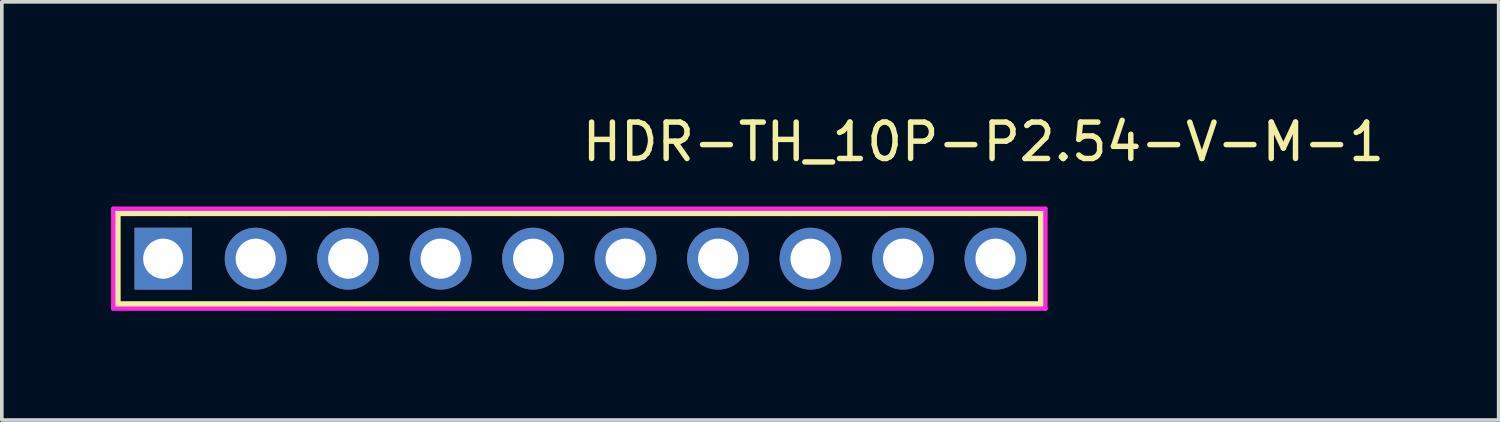
<source format=kicad_pcb>
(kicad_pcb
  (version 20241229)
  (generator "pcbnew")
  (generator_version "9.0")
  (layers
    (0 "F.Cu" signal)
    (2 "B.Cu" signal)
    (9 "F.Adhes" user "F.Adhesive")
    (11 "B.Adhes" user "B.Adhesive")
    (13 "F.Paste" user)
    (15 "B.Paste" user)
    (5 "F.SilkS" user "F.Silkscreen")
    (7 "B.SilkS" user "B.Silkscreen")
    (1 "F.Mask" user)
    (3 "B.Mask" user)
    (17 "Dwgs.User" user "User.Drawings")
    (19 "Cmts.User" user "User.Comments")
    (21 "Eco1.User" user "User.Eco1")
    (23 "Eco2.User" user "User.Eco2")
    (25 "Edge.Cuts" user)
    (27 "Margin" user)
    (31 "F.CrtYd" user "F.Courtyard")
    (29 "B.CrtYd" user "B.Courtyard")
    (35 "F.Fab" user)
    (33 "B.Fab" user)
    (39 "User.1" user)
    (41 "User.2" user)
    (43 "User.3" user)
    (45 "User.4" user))
  (footprint "HDR-TH_10P-P2.54-V-M-1"
    (layer "F.Cu")
    (at 12.862 4.055)
    (property "Reference" "HDR-TH_10P-P2.54-V-M-1" (at 0 -3.207 0) (layer "F.SilkS") (effects (font (size 1 1) (thickness 0.15)) (justify left)))
    (attr through_hole)
    (fp_line (start -12.7 -1.27) (end -12.7 1.27) (stroke (width 0.203) (type solid)) (layer "F.SilkS"))
    (fp_line (start -12.7 1.27) (end 12.7 1.27) (stroke (width 0.203) (type solid)) (layer "F.SilkS"))
    (fp_line (start -10.795 -1.27) (end -12.7 -1.27) (stroke (width 0.203) (type solid)) (layer "F.SilkS"))
    (fp_line (start 12.7 -1.27) (end -10.795 -1.27) (stroke (width 0.203) (type solid)) (layer "F.SilkS"))
    (fp_line (start 12.7 1.27) (end 12.7 -1.27) (stroke (width 0.203) (type solid)) (layer "F.SilkS"))
    (fp_circle (center -12.802 1.372) (end -12.772 1.372) (stroke (width 0.06) (type solid)) (fill no) (layer "Eco2.User"))
    (fp_circle (center -11.43 0) (end -11.205 0) (stroke (width 0.45) (type solid)) (fill no) (layer "Eco2.User"))
    (fp_circle (center -8.89 0) (end -8.665 0) (stroke (width 0.45) (type solid)) (fill no) (layer "Eco2.User"))
    (fp_circle (center -6.35 0) (end -6.125 0) (stroke (width 0.45) (type solid)) (fill no) (layer "Eco2.User"))
    (fp_circle (center -3.81 0) (end -3.585 0) (stroke (width 0.45) (type solid)) (fill no) (layer "Eco2.User"))
    (fp_circle (center -1.27 0) (end -1.045 0) (stroke (width 0.45) (type solid)) (fill no) (layer "Eco2.User"))
    (fp_circle (center 1.27 0) (end 1.495 0) (stroke (width 0.45) (type solid)) (fill no) (layer "Eco2.User"))
    (fp_circle (center 3.81 0) (end 4.035 0) (stroke (width 0.45) (type solid)) (fill no) (layer "Eco2.User"))
    (fp_circle (center 6.35 0) (end 6.575 0) (stroke (width 0.45) (type solid)) (fill no) (layer "Eco2.User"))
    (fp_circle (center 8.89 0) (end 9.115 0) (stroke (width 0.45) (type solid)) (fill no) (layer "Eco2.User"))
    (fp_circle (center 11.43 0) (end 11.655 0) (stroke (width 0.45) (type solid)) (fill no) (layer "Eco2.User"))
    (fp_line (start -12.802 -1.372) (end 12.802 -1.372) (stroke (width 0.12) (type solid)) (layer "F.CrtYd"))
    (fp_line (start -12.802 1.372) (end -12.802 -1.372) (stroke (width 0.12) (type solid)) (layer "F.CrtYd"))
    (fp_line (start 12.802 -1.372) (end 12.802 1.372) (stroke (width 0.12) (type solid)) (layer "F.CrtYd"))
    (fp_line (start 12.802 1.372) (end -12.802 1.372) (stroke (width 0.12) (type solid)) (layer "F.CrtYd"))
    (pad "1" thru_hole rect (at -11.43 0) (size 1.575 1.7) (drill 1.1) (layers "*.Cu" "*.Mask"))
    (pad "2" thru_hole circle (at -8.89 0) (size 1.7 1.7) (drill 1.1) (layers "*.Cu" "*.Mask"))
    (pad "3" thru_hole circle (at -6.35 0) (size 1.7 1.7) (drill 1.1) (layers "*.Cu" "*.Mask"))
    (pad "4" thru_hole circle (at -3.81 0) (size 1.7 1.7) (drill 1.1) (layers "*.Cu" "*.Mask"))
    (pad "5" thru_hole circle (at -1.27 0) (size 1.7 1.7) (drill 1.1) (layers "*.Cu" "*.Mask"))
    (pad "6" thru_hole circle (at 1.27 0) (size 1.7 1.7) (drill 1.1) (layers "*.Cu" "*.Mask"))
    (pad "7" thru_hole circle (at 3.81 0) (size 1.7 1.7) (drill 1.1) (layers "*.Cu" "*.Mask"))
    (pad "8" thru_hole circle (at 6.35 0) (size 1.7 1.7) (drill 1.1) (layers "*.Cu" "*.Mask"))
    (pad "9" thru_hole circle (at 8.89 0) (size 1.7 1.7) (drill 1.1) (layers "*.Cu" "*.Mask"))
    (pad "10" thru_hole circle (at 11.43 0) (size 1.7 1.7) (drill 1.1) (layers "*.Cu" "*.Mask")))
  (gr_rect
    (start -3 -3)
    (end 38.112 8.487)
    (stroke (width 0.1) (type default))
    (fill no)
    (layer "Edge.Cuts")))
</source>
